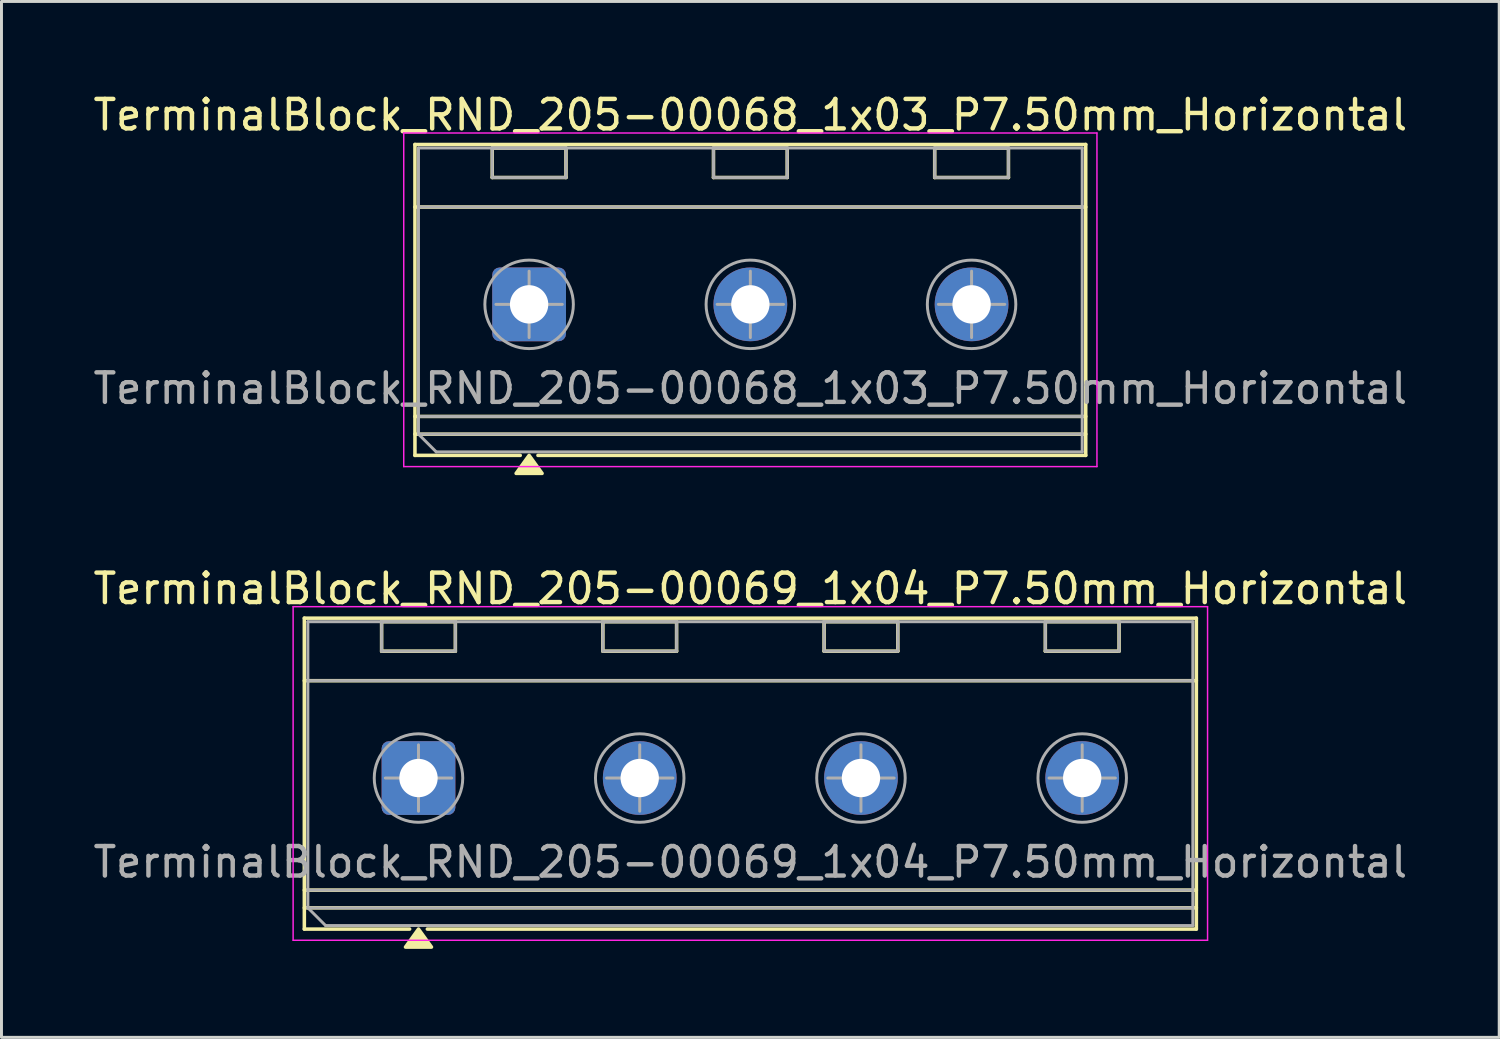
<source format=kicad_pcb>
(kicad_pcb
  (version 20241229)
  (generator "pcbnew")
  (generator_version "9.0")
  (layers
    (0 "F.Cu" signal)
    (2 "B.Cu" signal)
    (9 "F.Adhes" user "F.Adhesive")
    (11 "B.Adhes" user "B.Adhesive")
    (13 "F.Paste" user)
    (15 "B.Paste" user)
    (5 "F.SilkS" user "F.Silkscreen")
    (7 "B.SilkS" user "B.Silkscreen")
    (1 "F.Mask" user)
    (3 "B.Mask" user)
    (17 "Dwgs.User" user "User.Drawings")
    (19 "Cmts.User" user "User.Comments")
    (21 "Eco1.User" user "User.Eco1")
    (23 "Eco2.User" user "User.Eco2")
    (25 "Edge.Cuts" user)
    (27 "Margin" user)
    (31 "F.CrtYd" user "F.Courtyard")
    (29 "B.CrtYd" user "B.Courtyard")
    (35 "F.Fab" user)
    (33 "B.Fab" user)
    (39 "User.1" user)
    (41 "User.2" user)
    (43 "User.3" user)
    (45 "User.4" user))
  (footprint "TerminalBlock_RND_205-00069_1x04_P7.50mm_Horizontal"
    (layer "F.Cu")
    (at 11.137 23.326)
    (property "Reference" "TerminalBlock_RND_205-00069_1x04_P7.50mm_Horizontal" (at 11.25 -6.42 0) (layer "F.SilkS") (effects (font (size 1 1) (thickness 0.15))))
    (attr through_hole)
    (fp_line (start -3.87 -5.42) (end 26.37 -5.42) (stroke (width 0.12) (type solid)) (layer "F.SilkS"))
    (fp_line (start -3.87 -3.3) (end 26.37 -3.3) (stroke (width 0.12) (type solid)) (layer "F.SilkS"))
    (fp_line (start -3.87 3.8) (end 26.37 3.8) (stroke (width 0.12) (type solid)) (layer "F.SilkS"))
    (fp_line (start -3.87 4.4) (end 26.37 4.4) (stroke (width 0.12) (type solid)) (layer "F.SilkS"))
    (fp_line (start -3.87 5.12) (end -3.87 -5.42) (stroke (width 0.12) (type solid)) (layer "F.SilkS"))
    (fp_line (start -1.25 -5.3) (end 1.25 -5.3) (stroke (width 0.12) (type solid)) (layer "F.SilkS"))
    (fp_line (start -1.25 -4.3) (end -1.25 -5.3) (stroke (width 0.12) (type solid)) (layer "F.SilkS"))
    (fp_line (start -0.3 5.12) (end -3.87 5.12) (stroke (width 0.12) (type solid)) (layer "F.SilkS"))
    (fp_line (start 1.25 -5.3) (end 1.25 -4.3) (stroke (width 0.12) (type solid)) (layer "F.SilkS"))
    (fp_line (start 1.25 -4.3) (end -1.25 -4.3) (stroke (width 0.12) (type solid)) (layer "F.SilkS"))
    (fp_line (start 6.25 -5.3) (end 8.75 -5.3) (stroke (width 0.12) (type solid)) (layer "F.SilkS"))
    (fp_line (start 6.25 -4.3) (end 6.25 -5.3) (stroke (width 0.12) (type solid)) (layer "F.SilkS"))
    (fp_line (start 8.75 -5.3) (end 8.75 -4.3) (stroke (width 0.12) (type solid)) (layer "F.SilkS"))
    (fp_line (start 8.75 -4.3) (end 6.25 -4.3) (stroke (width 0.12) (type solid)) (layer "F.SilkS"))
    (fp_line (start 13.75 -5.3) (end 16.25 -5.3) (stroke (width 0.12) (type solid)) (layer "F.SilkS"))
    (fp_line (start 13.75 -4.3) (end 13.75 -5.3) (stroke (width 0.12) (type solid)) (layer "F.SilkS"))
    (fp_line (start 16.25 -5.3) (end 16.25 -4.3) (stroke (width 0.12) (type solid)) (layer "F.SilkS"))
    (fp_line (start 16.25 -4.3) (end 13.75 -4.3) (stroke (width 0.12) (type solid)) (layer "F.SilkS"))
    (fp_line (start 21.25 -5.3) (end 23.75 -5.3) (stroke (width 0.12) (type solid)) (layer "F.SilkS"))
    (fp_line (start 21.25 -4.3) (end 21.25 -5.3) (stroke (width 0.12) (type solid)) (layer "F.SilkS"))
    (fp_line (start 23.75 -5.3) (end 23.75 -4.3) (stroke (width 0.12) (type solid)) (layer "F.SilkS"))
    (fp_line (start 23.75 -4.3) (end 21.25 -4.3) (stroke (width 0.12) (type solid)) (layer "F.SilkS"))
    (fp_line (start 26.37 -5.42) (end 26.37 5.12) (stroke (width 0.12) (type solid)) (layer "F.SilkS"))
    (fp_line (start 26.37 5.12) (end 0.3 5.12) (stroke (width 0.12) (type solid)) (layer "F.SilkS"))
    (fp_poly (pts (xy 0 5.12) (xy 0.44 5.73) (xy -0.44 5.73)) (stroke (width 0.12) (type solid)) (fill yes) (layer "F.SilkS"))
    (fp_line (start -4.25 -5.81) (end -4.25 5.5) (stroke (width 0.05) (type solid)) (layer "F.CrtYd"))
    (fp_line (start -4.25 5.5) (end 26.75 5.5) (stroke (width 0.05) (type solid)) (layer "F.CrtYd"))
    (fp_line (start 26.75 -5.81) (end -4.25 -5.81) (stroke (width 0.05) (type solid)) (layer "F.CrtYd"))
    (fp_line (start 26.75 5.5) (end 26.75 -5.81) (stroke (width 0.05) (type solid)) (layer "F.CrtYd"))
    (fp_line (start -3.75 -5.3) (end 26.25 -5.3) (stroke (width 0.1) (type solid)) (layer "F.Fab"))
    (fp_line (start -3.75 -3.3) (end 26.25 -3.3) (stroke (width 0.1) (type solid)) (layer "F.Fab"))
    (fp_line (start -3.75 3.8) (end 26.25 3.8) (stroke (width 0.1) (type solid)) (layer "F.Fab"))
    (fp_line (start -3.75 4.4) (end -3.75 -5.3) (stroke (width 0.1) (type solid)) (layer "F.Fab"))
    (fp_line (start -3.75 4.4) (end 26.25 4.4) (stroke (width 0.1) (type solid)) (layer "F.Fab"))
    (fp_line (start -3.15 5) (end -3.75 4.4) (stroke (width 0.1) (type solid)) (layer "F.Fab"))
    (fp_line (start -1.25 -5.3) (end -1.25 -4.3) (stroke (width 0.1) (type solid)) (layer "F.Fab"))
    (fp_line (start -1.25 -4.3) (end 1.25 -4.3) (stroke (width 0.1) (type solid)) (layer "F.Fab"))
    (fp_line (start -1.125 0) (end 1.125 0) (stroke (width 0.1) (type solid)) (layer "F.Fab"))
    (fp_line (start 0 -1.125) (end 0 1.125) (stroke (width 0.1) (type solid)) (layer "F.Fab"))
    (fp_line (start 1.25 -5.3) (end -1.25 -5.3) (stroke (width 0.1) (type solid)) (layer "F.Fab"))
    (fp_line (start 1.25 -4.3) (end 1.25 -5.3) (stroke (width 0.1) (type solid)) (layer "F.Fab"))
    (fp_line (start 6.25 -5.3) (end 6.25 -4.3) (stroke (width 0.1) (type solid)) (layer "F.Fab"))
    (fp_line (start 6.25 -4.3) (end 8.75 -4.3) (stroke (width 0.1) (type solid)) (layer "F.Fab"))
    (fp_line (start 6.375 0) (end 8.625 0) (stroke (width 0.1) (type solid)) (layer "F.Fab"))
    (fp_line (start 7.5 -1.125) (end 7.5 1.125) (stroke (width 0.1) (type solid)) (layer "F.Fab"))
    (fp_line (start 8.75 -5.3) (end 6.25 -5.3) (stroke (width 0.1) (type solid)) (layer "F.Fab"))
    (fp_line (start 8.75 -4.3) (end 8.75 -5.3) (stroke (width 0.1) (type solid)) (layer "F.Fab"))
    (fp_line (start 13.75 -5.3) (end 13.75 -4.3) (stroke (width 0.1) (type solid)) (layer "F.Fab"))
    (fp_line (start 13.75 -4.3) (end 16.25 -4.3) (stroke (width 0.1) (type solid)) (layer "F.Fab"))
    (fp_line (start 13.875 0) (end 16.125 0) (stroke (width 0.1) (type solid)) (layer "F.Fab"))
    (fp_line (start 15 -1.125) (end 15 1.125) (stroke (width 0.1) (type solid)) (layer "F.Fab"))
    (fp_line (start 16.25 -5.3) (end 13.75 -5.3) (stroke (width 0.1) (type solid)) (layer "F.Fab"))
    (fp_line (start 16.25 -4.3) (end 16.25 -5.3) (stroke (width 0.1) (type solid)) (layer "F.Fab"))
    (fp_line (start 21.25 -5.3) (end 21.25 -4.3) (stroke (width 0.1) (type solid)) (layer "F.Fab"))
    (fp_line (start 21.25 -4.3) (end 23.75 -4.3) (stroke (width 0.1) (type solid)) (layer "F.Fab"))
    (fp_line (start 21.375 0) (end 23.625 0) (stroke (width 0.1) (type solid)) (layer "F.Fab"))
    (fp_line (start 22.5 -1.125) (end 22.5 1.125) (stroke (width 0.1) (type solid)) (layer "F.Fab"))
    (fp_line (start 23.75 -5.3) (end 21.25 -5.3) (stroke (width 0.1) (type solid)) (layer "F.Fab"))
    (fp_line (start 23.75 -4.3) (end 23.75 -5.3) (stroke (width 0.1) (type solid)) (layer "F.Fab"))
    (fp_line (start 26.25 -5.3) (end 26.25 5) (stroke (width 0.1) (type solid)) (layer "F.Fab"))
    (fp_line (start 26.25 5) (end -3.15 5) (stroke (width 0.1) (type solid)) (layer "F.Fab"))
    (fp_circle (center 0 0) (end 1.5 0) (stroke (width 0.1) (type solid)) (fill no) (layer "F.Fab"))
    (fp_circle (center 7.5 0) (end 9 0) (stroke (width 0.1) (type solid)) (fill no) (layer "F.Fab"))
    (fp_circle (center 15 0) (end 16.5 0) (stroke (width 0.1) (type solid)) (fill no) (layer "F.Fab"))
    (fp_circle (center 22.5 0) (end 24 0) (stroke (width 0.1) (type solid)) (fill no) (layer "F.Fab"))
    (fp_text user "${REFERENCE}" (at 11.25 2.85 0) (layer "F.Fab") (effects (font (size 1 1) (thickness 0.15))))
    (pad "1" thru_hole roundrect (at 0 0) (size 2.5 2.5) (drill 1.3) (layers "*.Cu" "*.Mask") (roundrect_rratio 0.1))
    (pad "2" thru_hole circle (at 7.5 0) (size 2.5 2.5) (drill 1.3) (layers "*.Cu" "*.Mask"))
    (pad "3" thru_hole circle (at 15 0) (size 2.5 2.5) (drill 1.3) (layers "*.Cu" "*.Mask"))
    (pad "4" thru_hole circle (at 22.5 0) (size 2.5 2.5) (drill 1.3) (layers "*.Cu" "*.Mask")))
  (footprint "TerminalBlock_RND_205-00068_1x03_P7.50mm_Horizontal"
    (layer "F.Cu")
    (at 14.887 7.268)
    (property "Reference" "TerminalBlock_RND_205-00068_1x03_P7.50mm_Horizontal" (at 7.5 -6.42 0) (layer "F.SilkS") (effects (font (size 1 1) (thickness 0.15))))
    (attr through_hole)
    (fp_line (start -3.87 -5.42) (end 18.87 -5.42) (stroke (width 0.12) (type solid)) (layer "F.SilkS"))
    (fp_line (start -3.87 -3.3) (end 18.87 -3.3) (stroke (width 0.12) (type solid)) (layer "F.SilkS"))
    (fp_line (start -3.87 3.8) (end 18.87 3.8) (stroke (width 0.12) (type solid)) (layer "F.SilkS"))
    (fp_line (start -3.87 4.4) (end 18.87 4.4) (stroke (width 0.12) (type solid)) (layer "F.SilkS"))
    (fp_line (start -3.87 5.12) (end -3.87 -5.42) (stroke (width 0.12) (type solid)) (layer "F.SilkS"))
    (fp_line (start -1.25 -5.3) (end 1.25 -5.3) (stroke (width 0.12) (type solid)) (layer "F.SilkS"))
    (fp_line (start -1.25 -4.3) (end -1.25 -5.3) (stroke (width 0.12) (type solid)) (layer "F.SilkS"))
    (fp_line (start -0.3 5.12) (end -3.87 5.12) (stroke (width 0.12) (type solid)) (layer "F.SilkS"))
    (fp_line (start 1.25 -5.3) (end 1.25 -4.3) (stroke (width 0.12) (type solid)) (layer "F.SilkS"))
    (fp_line (start 1.25 -4.3) (end -1.25 -4.3) (stroke (width 0.12) (type solid)) (layer "F.SilkS"))
    (fp_line (start 6.25 -5.3) (end 8.75 -5.3) (stroke (width 0.12) (type solid)) (layer "F.SilkS"))
    (fp_line (start 6.25 -4.3) (end 6.25 -5.3) (stroke (width 0.12) (type solid)) (layer "F.SilkS"))
    (fp_line (start 8.75 -5.3) (end 8.75 -4.3) (stroke (width 0.12) (type solid)) (layer "F.SilkS"))
    (fp_line (start 8.75 -4.3) (end 6.25 -4.3) (stroke (width 0.12) (type solid)) (layer "F.SilkS"))
    (fp_line (start 13.75 -5.3) (end 16.25 -5.3) (stroke (width 0.12) (type solid)) (layer "F.SilkS"))
    (fp_line (start 13.75 -4.3) (end 13.75 -5.3) (stroke (width 0.12) (type solid)) (layer "F.SilkS"))
    (fp_line (start 16.25 -5.3) (end 16.25 -4.3) (stroke (width 0.12) (type solid)) (layer "F.SilkS"))
    (fp_line (start 16.25 -4.3) (end 13.75 -4.3) (stroke (width 0.12) (type solid)) (layer "F.SilkS"))
    (fp_line (start 18.87 -5.42) (end 18.87 5.12) (stroke (width 0.12) (type solid)) (layer "F.SilkS"))
    (fp_line (start 18.87 5.12) (end 0.3 5.12) (stroke (width 0.12) (type solid)) (layer "F.SilkS"))
    (fp_poly (pts (xy 0 5.12) (xy 0.44 5.73) (xy -0.44 5.73)) (stroke (width 0.12) (type solid)) (fill yes) (layer "F.SilkS"))
    (fp_line (start -4.25 -5.81) (end -4.25 5.5) (stroke (width 0.05) (type solid)) (layer "F.CrtYd"))
    (fp_line (start -4.25 5.5) (end 19.25 5.5) (stroke (width 0.05) (type solid)) (layer "F.CrtYd"))
    (fp_line (start 19.25 -5.81) (end -4.25 -5.81) (stroke (width 0.05) (type solid)) (layer "F.CrtYd"))
    (fp_line (start 19.25 5.5) (end 19.25 -5.81) (stroke (width 0.05) (type solid)) (layer "F.CrtYd"))
    (fp_line (start -3.75 -5.3) (end 18.75 -5.3) (stroke (width 0.1) (type solid)) (layer "F.Fab"))
    (fp_line (start -3.75 -3.3) (end 18.75 -3.3) (stroke (width 0.1) (type solid)) (layer "F.Fab"))
    (fp_line (start -3.75 3.8) (end 18.75 3.8) (stroke (width 0.1) (type solid)) (layer "F.Fab"))
    (fp_line (start -3.75 4.4) (end -3.75 -5.3) (stroke (width 0.1) (type solid)) (layer "F.Fab"))
    (fp_line (start -3.75 4.4) (end 18.75 4.4) (stroke (width 0.1) (type solid)) (layer "F.Fab"))
    (fp_line (start -3.15 5) (end -3.75 4.4) (stroke (width 0.1) (type solid)) (layer "F.Fab"))
    (fp_line (start -1.25 -5.3) (end -1.25 -4.3) (stroke (width 0.1) (type solid)) (layer "F.Fab"))
    (fp_line (start -1.25 -4.3) (end 1.25 -4.3) (stroke (width 0.1) (type solid)) (layer "F.Fab"))
    (fp_line (start -1.125 0) (end 1.125 0) (stroke (width 0.1) (type solid)) (layer "F.Fab"))
    (fp_line (start 0 -1.125) (end 0 1.125) (stroke (width 0.1) (type solid)) (layer "F.Fab"))
    (fp_line (start 1.25 -5.3) (end -1.25 -5.3) (stroke (width 0.1) (type solid)) (layer "F.Fab"))
    (fp_line (start 1.25 -4.3) (end 1.25 -5.3) (stroke (width 0.1) (type solid)) (layer "F.Fab"))
    (fp_line (start 6.25 -5.3) (end 6.25 -4.3) (stroke (width 0.1) (type solid)) (layer "F.Fab"))
    (fp_line (start 6.25 -4.3) (end 8.75 -4.3) (stroke (width 0.1) (type solid)) (layer "F.Fab"))
    (fp_line (start 6.375 0) (end 8.625 0) (stroke (width 0.1) (type solid)) (layer "F.Fab"))
    (fp_line (start 7.5 -1.125) (end 7.5 1.125) (stroke (width 0.1) (type solid)) (layer "F.Fab"))
    (fp_line (start 8.75 -5.3) (end 6.25 -5.3) (stroke (width 0.1) (type solid)) (layer "F.Fab"))
    (fp_line (start 8.75 -4.3) (end 8.75 -5.3) (stroke (width 0.1) (type solid)) (layer "F.Fab"))
    (fp_line (start 13.75 -5.3) (end 13.75 -4.3) (stroke (width 0.1) (type solid)) (layer "F.Fab"))
    (fp_line (start 13.75 -4.3) (end 16.25 -4.3) (stroke (width 0.1) (type solid)) (layer "F.Fab"))
    (fp_line (start 13.875 0) (end 16.125 0) (stroke (width 0.1) (type solid)) (layer "F.Fab"))
    (fp_line (start 15 -1.125) (end 15 1.125) (stroke (width 0.1) (type solid)) (layer "F.Fab"))
    (fp_line (start 16.25 -5.3) (end 13.75 -5.3) (stroke (width 0.1) (type solid)) (layer "F.Fab"))
    (fp_line (start 16.25 -4.3) (end 16.25 -5.3) (stroke (width 0.1) (type solid)) (layer "F.Fab"))
    (fp_line (start 18.75 -5.3) (end 18.75 5) (stroke (width 0.1) (type solid)) (layer "F.Fab"))
    (fp_line (start 18.75 5) (end -3.15 5) (stroke (width 0.1) (type solid)) (layer "F.Fab"))
    (fp_circle (center 0 0) (end 1.5 0) (stroke (width 0.1) (type solid)) (fill no) (layer "F.Fab"))
    (fp_circle (center 7.5 0) (end 9 0) (stroke (width 0.1) (type solid)) (fill no) (layer "F.Fab"))
    (fp_circle (center 15 0) (end 16.5 0) (stroke (width 0.1) (type solid)) (fill no) (layer "F.Fab"))
    (fp_text user "${REFERENCE}" (at 7.5 2.85 0) (layer "F.Fab") (effects (font (size 1 1) (thickness 0.15))))
    (pad "1" thru_hole roundrect (at 0 0) (size 2.5 2.5) (drill 1.3) (layers "*.Cu" "*.Mask") (roundrect_rratio 0.1))
    (pad "2" thru_hole circle (at 7.5 0) (size 2.5 2.5) (drill 1.3) (layers "*.Cu" "*.Mask"))
    (pad "3" thru_hole circle (at 15 0) (size 2.5 2.5) (drill 1.3) (layers "*.Cu" "*.Mask")))
  (gr_rect
    (start -3 -3)
    (end 47.774 32.117)
    (stroke (width 0.1) (type default))
    (fill no)
    (layer "Edge.Cuts")))
</source>
